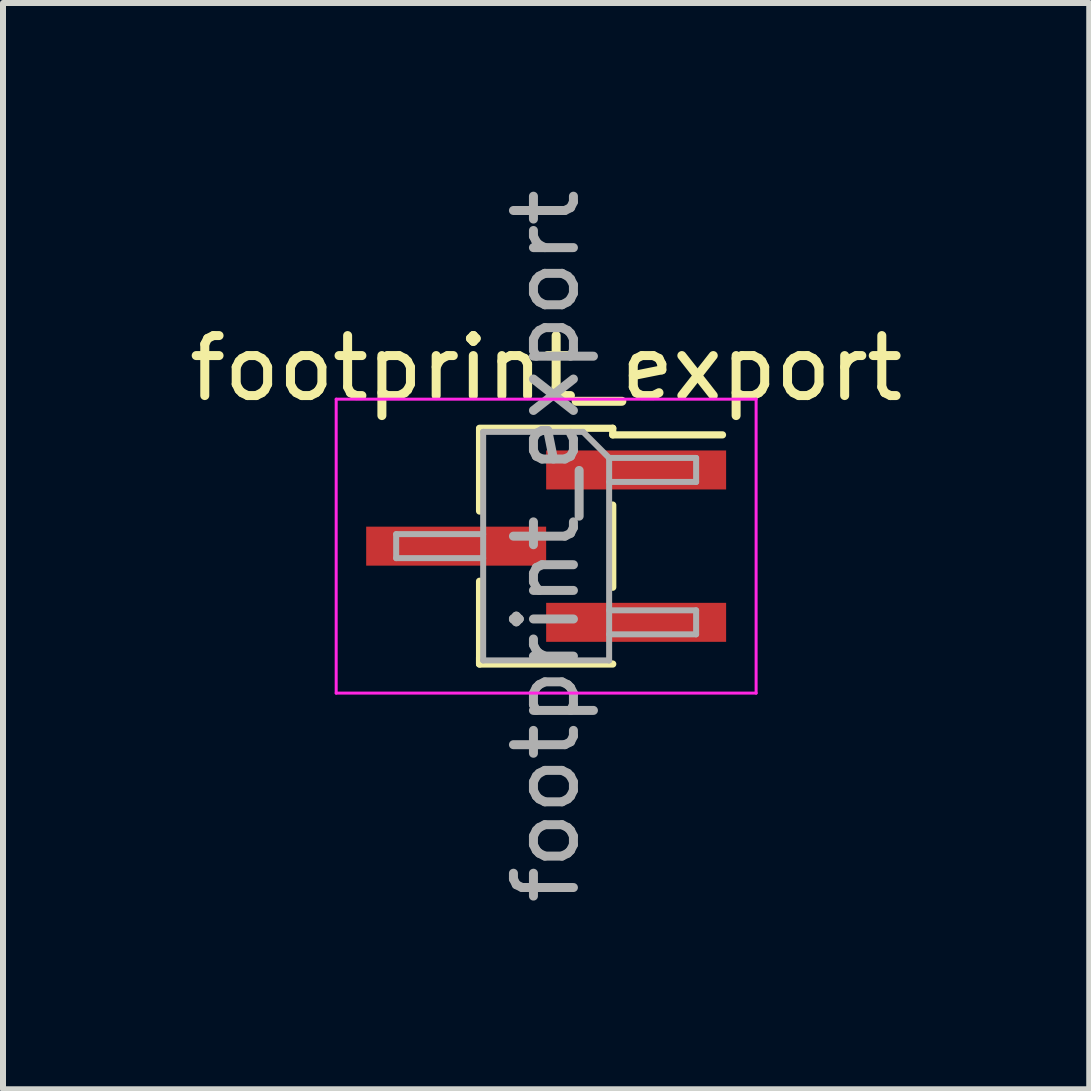
<source format=kicad_pcb>
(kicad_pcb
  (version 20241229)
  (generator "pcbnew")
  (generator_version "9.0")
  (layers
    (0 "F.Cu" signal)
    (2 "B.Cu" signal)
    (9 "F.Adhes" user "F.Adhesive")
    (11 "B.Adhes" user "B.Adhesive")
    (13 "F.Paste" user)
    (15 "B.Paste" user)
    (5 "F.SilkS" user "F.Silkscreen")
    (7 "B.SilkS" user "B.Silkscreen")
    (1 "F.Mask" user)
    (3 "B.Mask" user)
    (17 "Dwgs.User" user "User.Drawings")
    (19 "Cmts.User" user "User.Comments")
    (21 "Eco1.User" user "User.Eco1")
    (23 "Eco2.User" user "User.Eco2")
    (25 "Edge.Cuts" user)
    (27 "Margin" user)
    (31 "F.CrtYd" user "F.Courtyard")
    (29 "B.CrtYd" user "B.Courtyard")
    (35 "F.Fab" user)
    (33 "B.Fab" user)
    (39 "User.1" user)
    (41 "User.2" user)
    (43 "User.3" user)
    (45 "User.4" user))
  (footprint "footprint_export"
    (layer "F.Cu")
    (at 6.054 6.054)
    (property "Reference" "footprint_export" (at 0 -2.965 0) (layer "F.SilkS") (effects (font (size 1 1) (thickness 0.15))))
    (attr smd)
    (fp_line (start -1.11 -1.965) (end 1.11 -1.965) (stroke (width 0.12) (type solid)) (layer "F.SilkS"))
    (fp_line (start -1.11 -1.955) (end -1.11 -0.585) (stroke (width 0.12) (type solid)) (layer "F.SilkS"))
    (fp_line (start -1.11 0.585) (end -1.11 1.955) (stroke (width 0.12) (type solid)) (layer "F.SilkS"))
    (fp_line (start -1.11 1.855) (end -1.11 1.965) (stroke (width 0.12) (type solid)) (layer "F.SilkS"))
    (fp_line (start -1.11 1.965) (end 1.11 1.965) (stroke (width 0.12) (type solid)) (layer "F.SilkS"))
    (fp_line (start 1.11 -1.965) (end 1.11 -1.855) (stroke (width 0.12) (type solid)) (layer "F.SilkS"))
    (fp_line (start 1.11 -1.855) (end 2.94 -1.855) (stroke (width 0.12) (type solid)) (layer "F.SilkS"))
    (fp_line (start 1.11 -0.685) (end 1.11 0.685) (stroke (width 0.12) (type solid)) (layer "F.SilkS"))
    (fp_line (start -3.5 -2.45) (end -3.5 2.45) (stroke (width 0.05) (type solid)) (layer "F.CrtYd"))
    (fp_line (start -3.5 2.45) (end 3.5 2.45) (stroke (width 0.05) (type solid)) (layer "F.CrtYd"))
    (fp_line (start 3.5 -2.45) (end -3.5 -2.45) (stroke (width 0.05) (type solid)) (layer "F.CrtYd"))
    (fp_line (start 3.5 2.45) (end 3.5 -2.45) (stroke (width 0.05) (type solid)) (layer "F.CrtYd"))
    (fp_line (start -2.5 -0.2) (end -2.5 0.2) (stroke (width 0.1) (type solid)) (layer "F.Fab"))
    (fp_line (start -2.5 0.2) (end -1.05 0.2) (stroke (width 0.1) (type solid)) (layer "F.Fab"))
    (fp_line (start -1.05 -1.905) (end -1.05 1.905) (stroke (width 0.1) (type solid)) (layer "F.Fab"))
    (fp_line (start -1.05 -1.905) (end 0.615 -1.905) (stroke (width 0.1) (type solid)) (layer "F.Fab"))
    (fp_line (start -1.05 -0.2) (end -2.5 -0.2) (stroke (width 0.1) (type solid)) (layer "F.Fab"))
    (fp_line (start 1.05 -1.47) (end 0.615 -1.905) (stroke (width 0.1) (type solid)) (layer "F.Fab"))
    (fp_line (start 1.05 -1.47) (end 2.5 -1.47) (stroke (width 0.1) (type solid)) (layer "F.Fab"))
    (fp_line (start 1.05 1.07) (end 2.5 1.07) (stroke (width 0.1) (type solid)) (layer "F.Fab"))
    (fp_line (start 1.05 1.905) (end -1.05 1.905) (stroke (width 0.1) (type solid)) (layer "F.Fab"))
    (fp_line (start 1.05 1.905) (end 1.05 -1.47) (stroke (width 0.1) (type solid)) (layer "F.Fab"))
    (fp_line (start 2.5 -1.47) (end 2.5 -1.07) (stroke (width 0.1) (type solid)) (layer "F.Fab"))
    (fp_line (start 2.5 -1.07) (end 1.05 -1.07) (stroke (width 0.1) (type solid)) (layer "F.Fab"))
    (fp_line (start 2.5 1.07) (end 2.5 1.47) (stroke (width 0.1) (type solid)) (layer "F.Fab"))
    (fp_line (start 2.5 1.47) (end 1.05 1.47) (stroke (width 0.1) (type solid)) (layer "F.Fab"))
    (fp_text user "${REFERENCE}" (at 0 0 90) (layer "F.Fab") (effects (font (size 1 1) (thickness 0.15))))
    (pad "1" smd rect (at 1.5 -1.27) (size 3 0.65) (layers "F.Cu" "F.Mask" "F.Paste"))
    (pad "2" smd rect (at -1.5 0) (size 3 0.65) (layers "F.Cu" "F.Mask" "F.Paste"))
    (pad "3" smd rect (at 1.5 1.27) (size 3 0.65) (layers "F.Cu" "F.Mask" "F.Paste")))
  (gr_rect
    (start -3 -3)
    (end 15.107 15.107)
    (stroke (width 0.1) (type default))
    (fill no)
    (layer "Edge.Cuts")))
</source>
